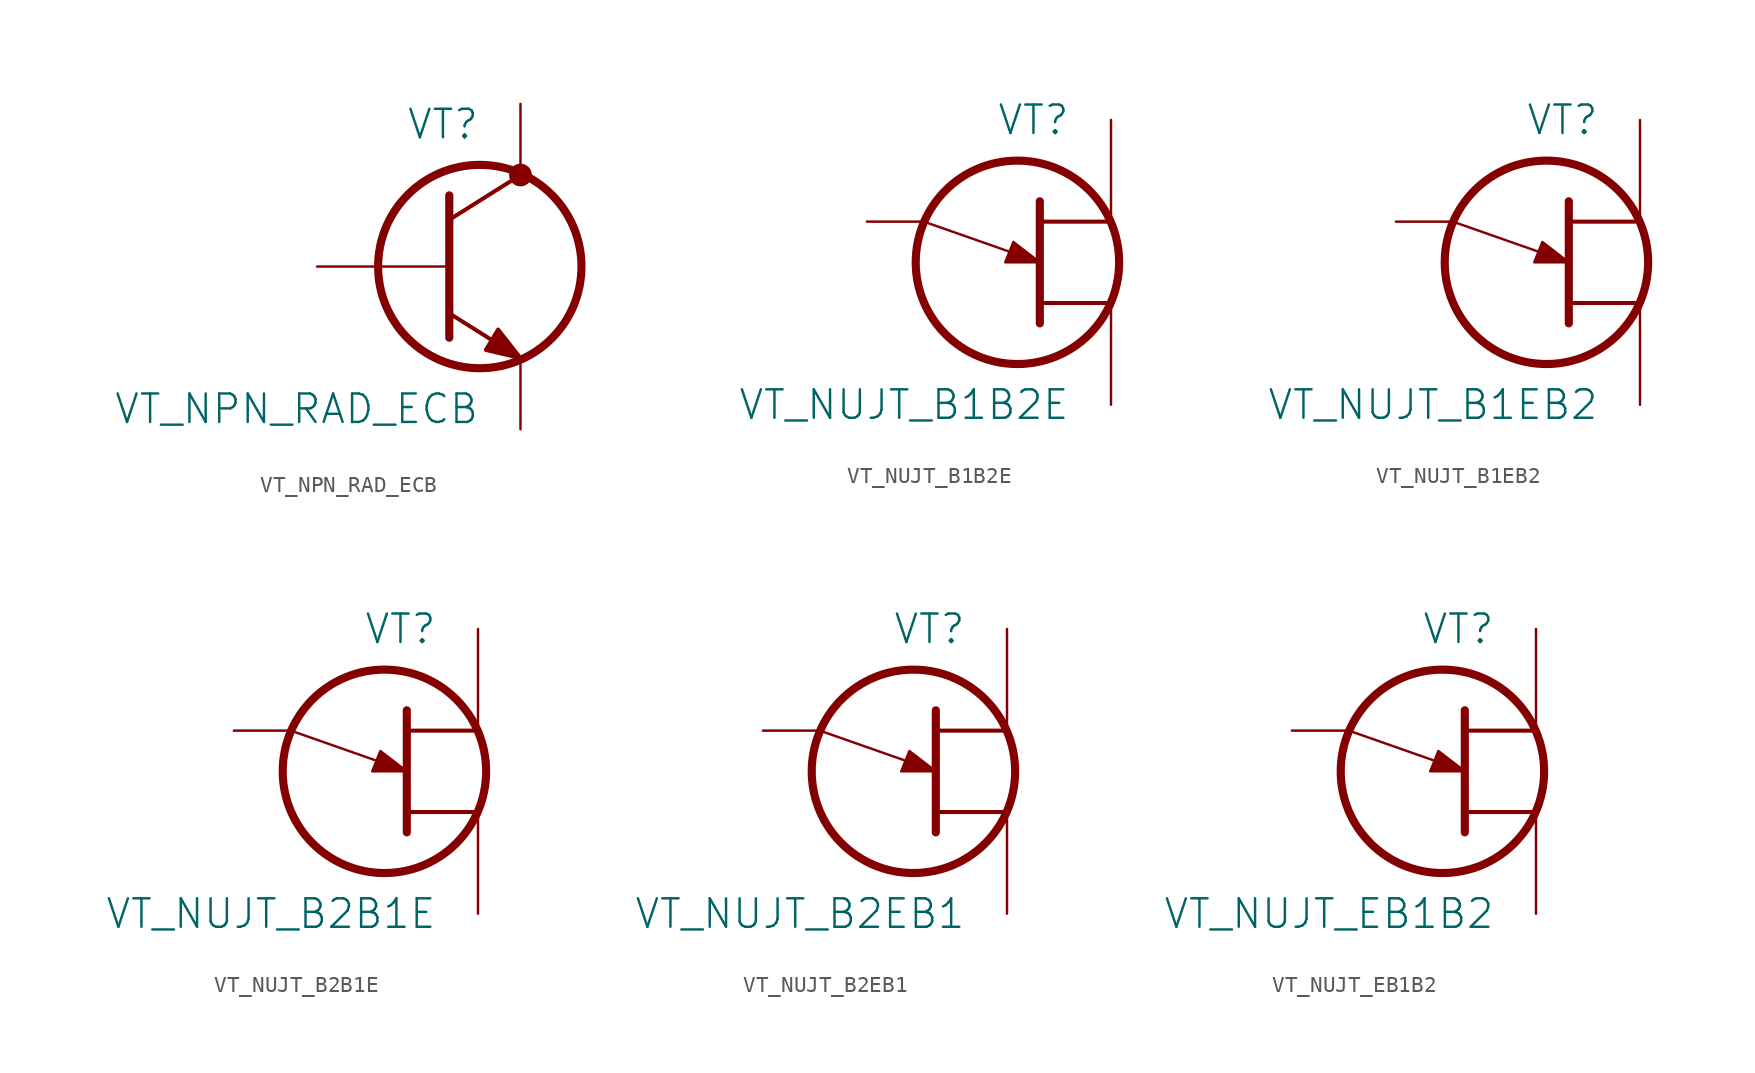
<source format=kicad_sym>
(kicad_symbol_lib
  (version 20211014)
  (generator kicad_symbol_editor)
  (symbol "VT_NPN_RAD_ECB"
    (pin_names
      (offset 0))
    (property "Reference" "VT"
      (at 0 8.89 0)
      (effects (font (size 1.778 1.778)) (justify right)))
    (property "Value" "VT_NPN_RAD_ECB"
      (at 0 -8.89 0)
      (effects (font (size 1.778 1.778)) (justify right)))
    (symbol "VT_NPN_RAD_ECB_0_1"
      (polyline (pts (xy -10.16 0) (xy -1.905 0)) (stroke (width 0) (type default) (color 0 0 0 0)) (fill (type none)))
      (polyline (pts (xy -1.905 -2.921) (xy 2.54 -5.715)) (stroke (width 0.254) (type default) (color 0 0 0 0)) (fill (type none)))
      (polyline (pts (xy -1.905 2.921) (xy 2.54 5.715)) (stroke (width 0.254) (type default) (color 0 0 0 0)) (fill (type none)))
      (polyline (pts (xy -1.905 4.445) (xy -1.905 -4.445)) (stroke (width 0.508) (type default) (color 0 0 0 0)) (fill (type none)))
      (polyline (pts (xy 2.54 -5.715) (xy 2.54 -10.16)) (stroke (width 0) (type default) (color 0 0 0 0)) (fill (type none)))
      (polyline (pts (xy 2.54 5.715) (xy 2.54 10.16)) (stroke (width 0) (type default) (color 0 0 0 0)) (fill (type none)))
      (polyline (pts (xy 2.54 -5.715) (xy 0.381 -5.207) (xy 1.143 -3.937) (xy 2.54 -5.715)) (stroke (width 0.254) (type default) (color 0 0 0 0)) (fill (type outline)))
      (circle (center 0 0) (radius 6.35) (stroke (width 0.508) (type default) (color 0 0 0 0)) (fill (type none)))
      (circle (center 2.54 5.715) (radius 0.635) (stroke (width 0) (type default) (color 0 0 0 0)) (fill (type outline))))
    (symbol "VT_NPN_RAD_ECB_1_1"
      (pin passive line (at 2.54 -10.16 90) (length 2.54) hide (name "E" (effects (font (size 1.27 1.27)))) (number "1" (effects (font (size 1.27 1.27)))))
      (pin passive line (at 2.54 10.16 270) (length 2.54) hide (name "C" (effects (font (size 1.27 1.27)))) (number "2" (effects (font (size 1.27 1.27)))))
      (pin passive line (at -10.16 0 0) (length 2.54) hide (name "B" (effects (font (size 1.27 1.27)))) (number "3" (effects (font (size 1.27 1.27)))))))
  (symbol "VT_NUJT_B1B2E"
    (pin_names
      (offset 0))
    (property "Reference" "VT"
      (at 2.54 8.89 0)
      (effects (font (size 1.778 1.778)) (justify right)))
    (property "Value" "VT_NUJT_B1B2E"
      (at 2.54 -8.89 0)
      (effects (font (size 1.778 1.778)) (justify right)))
    (symbol "VT_NUJT_B1B2E_0_1"
      (circle (center -0.762 0) (radius 6.35) (stroke (width 0.508) (type default) (color 0 0 0 0)) (fill (type none)))
      (polyline (pts (xy 0.635 -2.54) (xy 5.08 -2.54)) (stroke (width 0.254) (type default) (color 0 0 0 0)) (fill (type none)))
      (polyline (pts (xy 0.635 2.54) (xy 5.08 2.54)) (stroke (width 0.254) (type default) (color 0 0 0 0)) (fill (type none)))
      (polyline (pts (xy 0.635 3.81) (xy 0.635 -3.81)) (stroke (width 0.508) (type default) (color 0 0 0 0)) (fill (type none)))
      (polyline (pts (xy 5.08 -2.54) (xy 5.08 -8.89)) (stroke (width 0) (type default) (color 0 0 0 0)) (fill (type none)))
      (polyline (pts (xy 5.08 2.54) (xy 5.08 8.89)) (stroke (width 0) (type default) (color 0 0 0 0)) (fill (type none)))
      (polyline (pts (xy -10.16 2.54) (xy -6.604 2.54) (xy 0.635 0)) (stroke (width 0) (type default) (color 0 0 0 0)) (fill (type none)))
      (polyline (pts (xy 0.635 0) (xy -1.524 0) (xy -1.016 1.27) (xy 0.635 0)) (stroke (width 0) (type default) (color 0 0 0 0)) (fill (type outline))))
    (symbol "VT_NUJT_B1B2E_1_1"
      (pin passive line (at 5.08 8.89 270) (length 2.54) hide (name "B1" (effects (font (size 1.27 1.27)))) (number "1" (effects (font (size 1.27 1.27)))))
      (pin passive line (at 5.08 -8.89 90) (length 2.54) hide (name "B2" (effects (font (size 1.27 1.27)))) (number "2" (effects (font (size 1.27 1.27)))))
      (pin passive line (at -10.16 2.54 0) (length 2.54) hide (name "E" (effects (font (size 1.27 1.27)))) (number "3" (effects (font (size 1.27 1.27)))))))
  (symbol "VT_NUJT_B1EB2"
    (pin_names
      (offset 0))
    (property "Reference" "VT"
      (at 2.54 8.89 0)
      (effects (font (size 1.778 1.778)) (justify right)))
    (property "Value" "VT_NUJT_B1EB2"
      (at 2.54 -8.89 0)
      (effects (font (size 1.778 1.778)) (justify right)))
    (symbol "VT_NUJT_B1EB2_0_1"
      (circle (center -0.762 0) (radius 6.35) (stroke (width 0.508) (type default) (color 0 0 0 0)) (fill (type none)))
      (polyline (pts (xy 0.635 -2.54) (xy 5.08 -2.54)) (stroke (width 0.254) (type default) (color 0 0 0 0)) (fill (type none)))
      (polyline (pts (xy 0.635 2.54) (xy 5.08 2.54)) (stroke (width 0.254) (type default) (color 0 0 0 0)) (fill (type none)))
      (polyline (pts (xy 0.635 3.81) (xy 0.635 -3.81)) (stroke (width 0.508) (type default) (color 0 0 0 0)) (fill (type none)))
      (polyline (pts (xy 5.08 -2.54) (xy 5.08 -8.89)) (stroke (width 0) (type default) (color 0 0 0 0)) (fill (type none)))
      (polyline (pts (xy 5.08 2.54) (xy 5.08 8.89)) (stroke (width 0) (type default) (color 0 0 0 0)) (fill (type none)))
      (polyline (pts (xy -10.16 2.54) (xy -6.604 2.54) (xy 0.635 0)) (stroke (width 0) (type default) (color 0 0 0 0)) (fill (type none)))
      (polyline (pts (xy 0.635 0) (xy -1.524 0) (xy -1.016 1.27) (xy 0.635 0)) (stroke (width 0) (type default) (color 0 0 0 0)) (fill (type outline))))
    (symbol "VT_NUJT_B1EB2_1_1"
      (pin passive line (at 5.08 8.89 270) (length 2.54) hide (name "B1" (effects (font (size 1.27 1.27)))) (number "1" (effects (font (size 1.27 1.27)))))
      (pin passive line (at -10.16 2.54 0) (length 2.54) hide (name "E" (effects (font (size 1.27 1.27)))) (number "2" (effects (font (size 1.27 1.27)))))
      (pin passive line (at 5.08 -8.89 90) (length 2.54) hide (name "B2" (effects (font (size 1.27 1.27)))) (number "3" (effects (font (size 1.27 1.27)))))))
  (symbol "VT_NUJT_B2B1E"
    (pin_names
      (offset 0))
    (property "Reference" "VT"
      (at 2.54 8.89 0)
      (effects (font (size 1.778 1.778)) (justify right)))
    (property "Value" "VT_NUJT_B2B1E"
      (at 2.54 -8.89 0)
      (effects (font (size 1.778 1.778)) (justify right)))
    (symbol "VT_NUJT_B2B1E_0_1"
      (circle (center -0.762 0) (radius 6.35) (stroke (width 0.508) (type default) (color 0 0 0 0)) (fill (type none)))
      (polyline (pts (xy 0.635 -2.54) (xy 5.08 -2.54)) (stroke (width 0.254) (type default) (color 0 0 0 0)) (fill (type none)))
      (polyline (pts (xy 0.635 2.54) (xy 5.08 2.54)) (stroke (width 0.254) (type default) (color 0 0 0 0)) (fill (type none)))
      (polyline (pts (xy 0.635 3.81) (xy 0.635 -3.81)) (stroke (width 0.508) (type default) (color 0 0 0 0)) (fill (type none)))
      (polyline (pts (xy 5.08 -2.54) (xy 5.08 -8.89)) (stroke (width 0) (type default) (color 0 0 0 0)) (fill (type none)))
      (polyline (pts (xy 5.08 2.54) (xy 5.08 8.89)) (stroke (width 0) (type default) (color 0 0 0 0)) (fill (type none)))
      (polyline (pts (xy -10.16 2.54) (xy -6.604 2.54) (xy 0.635 0)) (stroke (width 0) (type default) (color 0 0 0 0)) (fill (type none)))
      (polyline (pts (xy 0.635 0) (xy -1.524 0) (xy -1.016 1.27) (xy 0.635 0)) (stroke (width 0) (type default) (color 0 0 0 0)) (fill (type outline))))
    (symbol "VT_NUJT_B2B1E_1_1"
      (pin passive line (at 5.08 -8.89 90) (length 2.54) hide (name "B2" (effects (font (size 1.27 1.27)))) (number "1" (effects (font (size 1.27 1.27)))))
      (pin passive line (at 5.08 8.89 270) (length 2.54) hide (name "B1" (effects (font (size 1.27 1.27)))) (number "2" (effects (font (size 1.27 1.27)))))
      (pin passive line (at -10.16 2.54 0) (length 2.54) hide (name "E" (effects (font (size 1.27 1.27)))) (number "3" (effects (font (size 1.27 1.27)))))))
  (symbol "VT_NUJT_B2EB1"
    (pin_names
      (offset 0))
    (property "Reference" "VT"
      (at 2.54 8.89 0)
      (effects (font (size 1.778 1.778)) (justify right)))
    (property "Value" "VT_NUJT_B2EB1"
      (at 2.54 -8.89 0)
      (effects (font (size 1.778 1.778)) (justify right)))
    (symbol "VT_NUJT_B2EB1_0_1"
      (circle (center -0.762 0) (radius 6.35) (stroke (width 0.508) (type default) (color 0 0 0 0)) (fill (type none)))
      (polyline (pts (xy 0.635 -2.54) (xy 5.08 -2.54)) (stroke (width 0.254) (type default) (color 0 0 0 0)) (fill (type none)))
      (polyline (pts (xy 0.635 2.54) (xy 5.08 2.54)) (stroke (width 0.254) (type default) (color 0 0 0 0)) (fill (type none)))
      (polyline (pts (xy 0.635 3.81) (xy 0.635 -3.81)) (stroke (width 0.508) (type default) (color 0 0 0 0)) (fill (type none)))
      (polyline (pts (xy 5.08 -2.54) (xy 5.08 -8.89)) (stroke (width 0) (type default) (color 0 0 0 0)) (fill (type none)))
      (polyline (pts (xy 5.08 2.54) (xy 5.08 8.89)) (stroke (width 0) (type default) (color 0 0 0 0)) (fill (type none)))
      (polyline (pts (xy -10.16 2.54) (xy -6.604 2.54) (xy 0.635 0)) (stroke (width 0) (type default) (color 0 0 0 0)) (fill (type none)))
      (polyline (pts (xy 0.635 0) (xy -1.524 0) (xy -1.016 1.27) (xy 0.635 0)) (stroke (width 0) (type default) (color 0 0 0 0)) (fill (type outline))))
    (symbol "VT_NUJT_B2EB1_1_1"
      (pin passive line (at 5.08 -8.89 90) (length 2.54) hide (name "B2" (effects (font (size 1.27 1.27)))) (number "1" (effects (font (size 1.27 1.27)))))
      (pin passive line (at -10.16 2.54 0) (length 2.54) hide (name "E" (effects (font (size 1.27 1.27)))) (number "2" (effects (font (size 1.27 1.27)))))
      (pin passive line (at 5.08 8.89 270) (length 2.54) hide (name "B1" (effects (font (size 1.27 1.27)))) (number "3" (effects (font (size 1.27 1.27)))))))
  (symbol "VT_NUJT_EB1B2"
    (pin_names
      (offset 0))
    (property "Reference" "VT"
      (at 2.54 8.89 0)
      (effects (font (size 1.778 1.778)) (justify right)))
    (property "Value" "VT_NUJT_EB1B2"
      (at 2.54 -8.89 0)
      (effects (font (size 1.778 1.778)) (justify right)))
    (symbol "VT_NUJT_EB1B2_0_1"
      (circle (center -0.762 0) (radius 6.35) (stroke (width 0.508) (type default) (color 0 0 0 0)) (fill (type none)))
      (polyline (pts (xy 0.635 -2.54) (xy 5.08 -2.54)) (stroke (width 0.254) (type default) (color 0 0 0 0)) (fill (type none)))
      (polyline (pts (xy 0.635 2.54) (xy 5.08 2.54)) (stroke (width 0.254) (type default) (color 0 0 0 0)) (fill (type none)))
      (polyline (pts (xy 0.635 3.81) (xy 0.635 -3.81)) (stroke (width 0.508) (type default) (color 0 0 0 0)) (fill (type none)))
      (polyline (pts (xy 5.08 -2.54) (xy 5.08 -8.89)) (stroke (width 0) (type default) (color 0 0 0 0)) (fill (type none)))
      (polyline (pts (xy 5.08 2.54) (xy 5.08 8.89)) (stroke (width 0) (type default) (color 0 0 0 0)) (fill (type none)))
      (polyline (pts (xy -10.16 2.54) (xy -6.604 2.54) (xy 0.635 0)) (stroke (width 0) (type default) (color 0 0 0 0)) (fill (type none)))
      (polyline (pts (xy 0.635 0) (xy -1.524 0) (xy -1.016 1.27) (xy 0.635 0)) (stroke (width 0) (type default) (color 0 0 0 0)) (fill (type outline))))
    (symbol "VT_NUJT_EB1B2_1_1"
      (pin passive line (at -10.16 2.54 0) (length 2.54) hide (name "E" (effects (font (size 1.27 1.27)))) (number "1" (effects (font (size 1.27 1.27)))))
      (pin passive line (at 5.08 8.89 270) (length 2.54) hide (name "B1" (effects (font (size 1.27 1.27)))) (number "2" (effects (font (size 1.27 1.27)))))
      (pin passive line (at 5.08 -8.89 90) (length 2.54) hide (name "B2" (effects (font (size 1.27 1.27)))) (number "3" (effects (font (size 1.27 1.27))))))))
</source>
